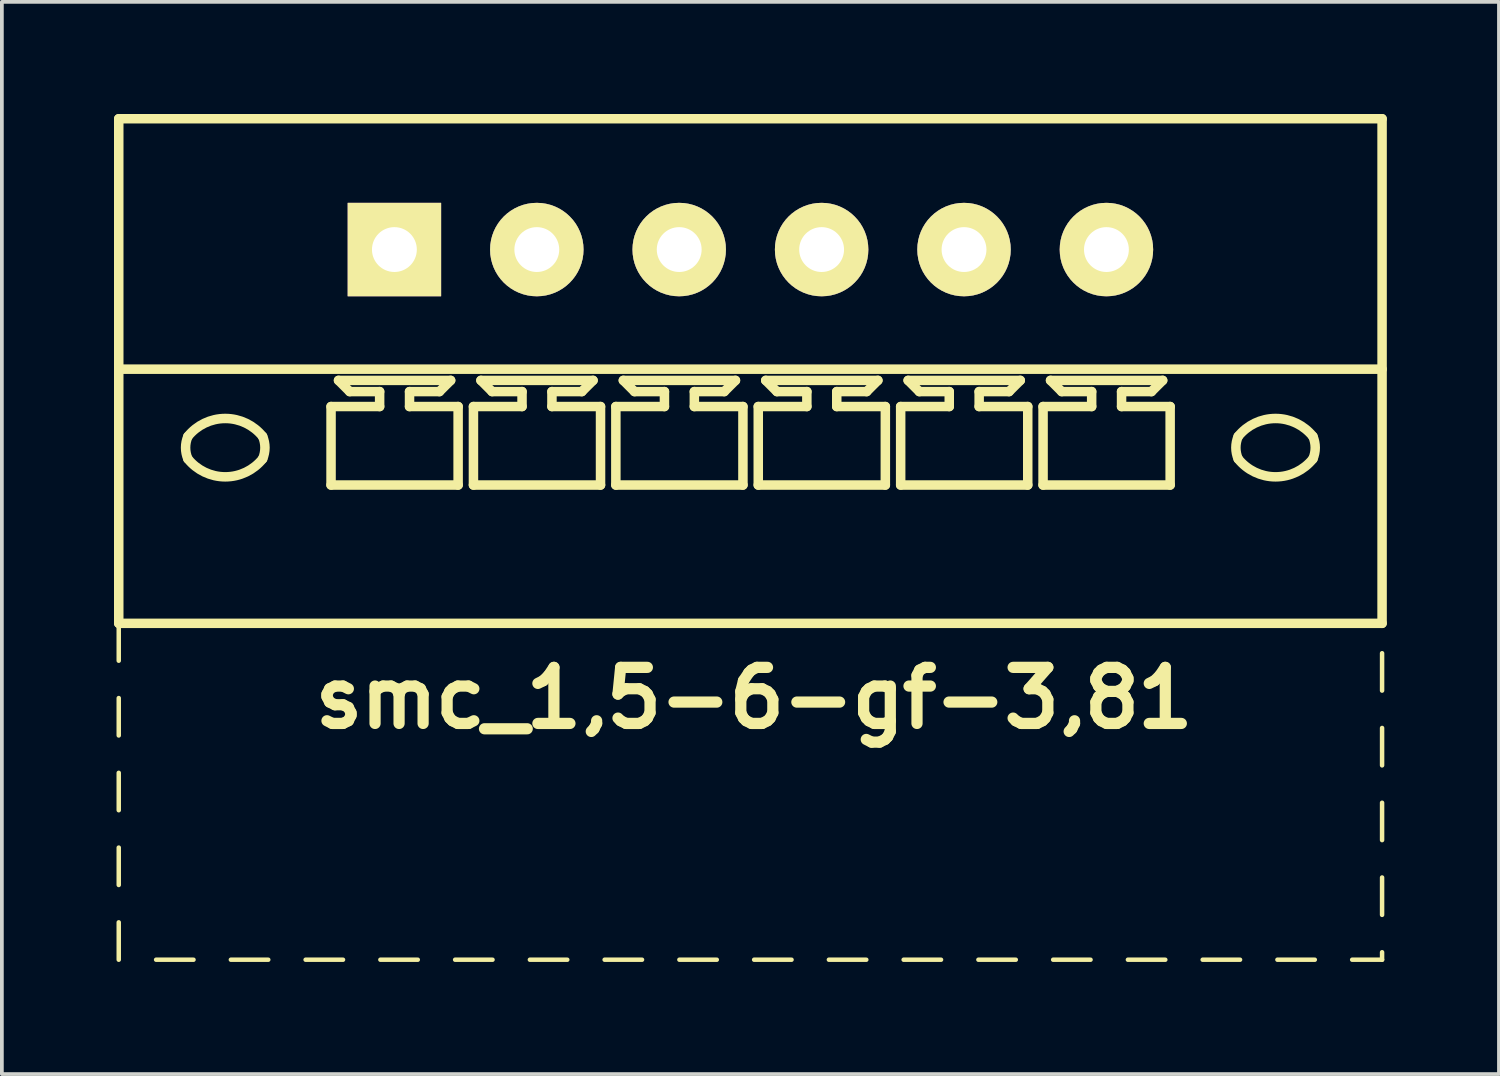
<source format=kicad_pcb>
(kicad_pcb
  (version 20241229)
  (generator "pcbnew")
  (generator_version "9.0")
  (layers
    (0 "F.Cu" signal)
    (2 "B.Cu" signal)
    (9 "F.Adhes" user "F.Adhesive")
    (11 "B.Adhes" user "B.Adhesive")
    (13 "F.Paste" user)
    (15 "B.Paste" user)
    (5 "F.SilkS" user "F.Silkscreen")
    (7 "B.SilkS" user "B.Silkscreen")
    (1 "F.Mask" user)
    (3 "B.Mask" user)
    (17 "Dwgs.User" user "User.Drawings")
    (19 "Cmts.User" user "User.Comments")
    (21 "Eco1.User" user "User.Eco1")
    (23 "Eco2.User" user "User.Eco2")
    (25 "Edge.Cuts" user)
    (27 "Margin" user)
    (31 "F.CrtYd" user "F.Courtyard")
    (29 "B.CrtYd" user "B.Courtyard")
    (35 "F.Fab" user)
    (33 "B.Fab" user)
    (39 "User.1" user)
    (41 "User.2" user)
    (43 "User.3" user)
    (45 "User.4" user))
  (footprint "smc_1,5-6-gf-3,81"
    (layer "F.Cu")
    (at 17.027 3.627)
    (property "Reference" "smc_1,5-6-gf-3,81" (at 0.1 12 0) (layer "F.SilkS") (effects (font (size 1.5 1.5) (thickness 0.3))))
    (attr through_hole)
    (fp_line (start -16.9 -3.5) (end -16.9 10) (stroke (width 0.254) (type solid)) (layer "F.SilkS"))
    (fp_line (start -16.9 -3.5) (end 16.9 -3.5) (stroke (width 0.254) (type solid)) (layer "F.SilkS"))
    (fp_line (start -16.9 3.2) (end 16.9 3.2) (stroke (width 0.254) (type solid)) (layer "F.SilkS"))
    (fp_line (start -16.9 10) (end -16.9 11) (stroke (width 0.12) (type solid)) (layer "F.SilkS"))
    (fp_line (start -16.9 10) (end 16.9 10) (stroke (width 0.254) (type solid)) (layer "F.SilkS"))
    (fp_line (start -16.9 12) (end -16.9 13) (stroke (width 0.12) (type solid)) (layer "F.SilkS"))
    (fp_line (start -16.9 14) (end -16.9 15) (stroke (width 0.12) (type solid)) (layer "F.SilkS"))
    (fp_line (start -16.9 16) (end -16.9 17) (stroke (width 0.12) (type solid)) (layer "F.SilkS"))
    (fp_line (start -16.9 18) (end -16.9 19) (stroke (width 0.12) (type solid)) (layer "F.SilkS"))
    (fp_line (start -15.9 19) (end -14.9 19) (stroke (width 0.12) (type solid)) (layer "F.SilkS"))
    (fp_line (start -13.9 19) (end -12.9 19) (stroke (width 0.12) (type solid)) (layer "F.SilkS"))
    (fp_line (start -11.9 19) (end -10.9 19) (stroke (width 0.12) (type solid)) (layer "F.SilkS"))
    (fp_line (start -11.22 4.2) (end -9.92 4.2) (stroke (width 0.254) (type solid)) (layer "F.SilkS"))
    (fp_line (start -11.22 6.3) (end -11.22 4.2) (stroke (width 0.254) (type solid)) (layer "F.SilkS"))
    (fp_line (start -11.02 3.5) (end -8.02 3.5) (stroke (width 0.254) (type solid)) (layer "F.SilkS"))
    (fp_line (start -10.72 3.8) (end -11.02 3.5) (stroke (width 0.254) (type solid)) (layer "F.SilkS"))
    (fp_line (start -9.92 3.8) (end -10.72 3.8) (stroke (width 0.254) (type solid)) (layer "F.SilkS"))
    (fp_line (start -9.92 4.2) (end -9.92 3.8) (stroke (width 0.254) (type solid)) (layer "F.SilkS"))
    (fp_line (start -9.9 19) (end -8.9 19) (stroke (width 0.12) (type solid)) (layer "F.SilkS"))
    (fp_line (start -9.12 3.8) (end -9.12 4.2) (stroke (width 0.254) (type solid)) (layer "F.SilkS"))
    (fp_line (start -9.12 4.2) (end -7.82 4.2) (stroke (width 0.254) (type solid)) (layer "F.SilkS"))
    (fp_line (start -8.32 3.8) (end -9.12 3.8) (stroke (width 0.254) (type solid)) (layer "F.SilkS"))
    (fp_line (start -8.32 3.8) (end -8.02 3.5) (stroke (width 0.254) (type solid)) (layer "F.SilkS"))
    (fp_line (start -7.9 19) (end -6.9 19) (stroke (width 0.12) (type solid)) (layer "F.SilkS"))
    (fp_line (start -7.82 4.2) (end -7.82 6.3) (stroke (width 0.254) (type solid)) (layer "F.SilkS"))
    (fp_line (start -7.82 6.3) (end -11.22 6.3) (stroke (width 0.254) (type solid)) (layer "F.SilkS"))
    (fp_line (start -7.41 4.2) (end -6.11 4.2) (stroke (width 0.254) (type solid)) (layer "F.SilkS"))
    (fp_line (start -7.41 6.3) (end -7.41 4.2) (stroke (width 0.254) (type solid)) (layer "F.SilkS"))
    (fp_line (start -7.21 3.5) (end -4.21 3.5) (stroke (width 0.254) (type solid)) (layer "F.SilkS"))
    (fp_line (start -6.91 3.8) (end -7.21 3.5) (stroke (width 0.254) (type solid)) (layer "F.SilkS"))
    (fp_line (start -6.11 3.8) (end -6.91 3.8) (stroke (width 0.254) (type solid)) (layer "F.SilkS"))
    (fp_line (start -6.11 4.2) (end -6.11 3.8) (stroke (width 0.254) (type solid)) (layer "F.SilkS"))
    (fp_line (start -5.9 19) (end -4.9 19) (stroke (width 0.12) (type solid)) (layer "F.SilkS"))
    (fp_line (start -5.31 3.8) (end -5.31 4.2) (stroke (width 0.254) (type solid)) (layer "F.SilkS"))
    (fp_line (start -5.31 4.2) (end -4.01 4.2) (stroke (width 0.254) (type solid)) (layer "F.SilkS"))
    (fp_line (start -4.51 3.8) (end -5.31 3.8) (stroke (width 0.254) (type solid)) (layer "F.SilkS"))
    (fp_line (start -4.51 3.8) (end -4.21 3.5) (stroke (width 0.254) (type solid)) (layer "F.SilkS"))
    (fp_line (start -4.01 4.2) (end -4.01 6.3) (stroke (width 0.254) (type solid)) (layer "F.SilkS"))
    (fp_line (start -4.01 6.3) (end -7.41 6.3) (stroke (width 0.254) (type solid)) (layer "F.SilkS"))
    (fp_line (start -3.9 19) (end -2.9 19) (stroke (width 0.12) (type solid)) (layer "F.SilkS"))
    (fp_line (start -3.6 4.2) (end -2.3 4.2) (stroke (width 0.254) (type solid)) (layer "F.SilkS"))
    (fp_line (start -3.6 6.3) (end -3.6 4.2) (stroke (width 0.254) (type solid)) (layer "F.SilkS"))
    (fp_line (start -3.4 3.5) (end -0.4 3.5) (stroke (width 0.254) (type solid)) (layer "F.SilkS"))
    (fp_line (start -3.1 3.8) (end -3.4 3.5) (stroke (width 0.254) (type solid)) (layer "F.SilkS"))
    (fp_line (start -2.3 3.8) (end -3.1 3.8) (stroke (width 0.254) (type solid)) (layer "F.SilkS"))
    (fp_line (start -2.3 4.2) (end -2.3 3.8) (stroke (width 0.254) (type solid)) (layer "F.SilkS"))
    (fp_line (start -1.9 19) (end -0.9 19) (stroke (width 0.12) (type solid)) (layer "F.SilkS"))
    (fp_line (start -1.5 3.8) (end -1.5 4.2) (stroke (width 0.254) (type solid)) (layer "F.SilkS"))
    (fp_line (start -1.5 4.2) (end -0.2 4.2) (stroke (width 0.254) (type solid)) (layer "F.SilkS"))
    (fp_line (start -0.7 3.8) (end -1.5 3.8) (stroke (width 0.254) (type solid)) (layer "F.SilkS"))
    (fp_line (start -0.7 3.8) (end -0.4 3.5) (stroke (width 0.254) (type solid)) (layer "F.SilkS"))
    (fp_line (start -0.2 4.2) (end -0.2 6.3) (stroke (width 0.254) (type solid)) (layer "F.SilkS"))
    (fp_line (start -0.2 6.3) (end -3.6 6.3) (stroke (width 0.254) (type solid)) (layer "F.SilkS"))
    (fp_line (start 0.1 19) (end 1.1 19) (stroke (width 0.12) (type solid)) (layer "F.SilkS"))
    (fp_line (start 0.21 4.2) (end 1.51 4.2) (stroke (width 0.254) (type solid)) (layer "F.SilkS"))
    (fp_line (start 0.21 6.3) (end 0.21 4.2) (stroke (width 0.254) (type solid)) (layer "F.SilkS"))
    (fp_line (start 0.41 3.5) (end 3.41 3.5) (stroke (width 0.254) (type solid)) (layer "F.SilkS"))
    (fp_line (start 0.71 3.8) (end 0.41 3.5) (stroke (width 0.254) (type solid)) (layer "F.SilkS"))
    (fp_line (start 1.51 3.8) (end 0.71 3.8) (stroke (width 0.254) (type solid)) (layer "F.SilkS"))
    (fp_line (start 1.51 4.2) (end 1.51 3.8) (stroke (width 0.254) (type solid)) (layer "F.SilkS"))
    (fp_line (start 2.1 19) (end 3.1 19) (stroke (width 0.12) (type solid)) (layer "F.SilkS"))
    (fp_line (start 2.31 3.8) (end 2.31 4.2) (stroke (width 0.254) (type solid)) (layer "F.SilkS"))
    (fp_line (start 2.31 4.2) (end 3.61 4.2) (stroke (width 0.254) (type solid)) (layer "F.SilkS"))
    (fp_line (start 3.11 3.8) (end 2.31 3.8) (stroke (width 0.254) (type solid)) (layer "F.SilkS"))
    (fp_line (start 3.11 3.8) (end 3.41 3.5) (stroke (width 0.254) (type solid)) (layer "F.SilkS"))
    (fp_line (start 3.61 4.2) (end 3.61 6.3) (stroke (width 0.254) (type solid)) (layer "F.SilkS"))
    (fp_line (start 3.61 6.3) (end 0.21 6.3) (stroke (width 0.254) (type solid)) (layer "F.SilkS"))
    (fp_line (start 4.02 4.2) (end 5.32 4.2) (stroke (width 0.254) (type solid)) (layer "F.SilkS"))
    (fp_line (start 4.02 6.3) (end 4.02 4.2) (stroke (width 0.254) (type solid)) (layer "F.SilkS"))
    (fp_line (start 4.1 19) (end 5.1 19) (stroke (width 0.12) (type solid)) (layer "F.SilkS"))
    (fp_line (start 4.22 3.5) (end 7.22 3.5) (stroke (width 0.254) (type solid)) (layer "F.SilkS"))
    (fp_line (start 4.52 3.8) (end 4.22 3.5) (stroke (width 0.254) (type solid)) (layer "F.SilkS"))
    (fp_line (start 5.32 3.8) (end 4.52 3.8) (stroke (width 0.254) (type solid)) (layer "F.SilkS"))
    (fp_line (start 5.32 4.2) (end 5.32 3.8) (stroke (width 0.254) (type solid)) (layer "F.SilkS"))
    (fp_line (start 6.1 19) (end 7.1 19) (stroke (width 0.12) (type solid)) (layer "F.SilkS"))
    (fp_line (start 6.12 3.8) (end 6.12 4.2) (stroke (width 0.254) (type solid)) (layer "F.SilkS"))
    (fp_line (start 6.12 4.2) (end 7.42 4.2) (stroke (width 0.254) (type solid)) (layer "F.SilkS"))
    (fp_line (start 6.92 3.8) (end 6.12 3.8) (stroke (width 0.254) (type solid)) (layer "F.SilkS"))
    (fp_line (start 6.92 3.8) (end 7.22 3.5) (stroke (width 0.254) (type solid)) (layer "F.SilkS"))
    (fp_line (start 7.42 4.2) (end 7.42 6.3) (stroke (width 0.254) (type solid)) (layer "F.SilkS"))
    (fp_line (start 7.42 6.3) (end 4.02 6.3) (stroke (width 0.254) (type solid)) (layer "F.SilkS"))
    (fp_line (start 7.83 4.2) (end 9.13 4.2) (stroke (width 0.254) (type solid)) (layer "F.SilkS"))
    (fp_line (start 7.83 6.3) (end 7.83 4.2) (stroke (width 0.254) (type solid)) (layer "F.SilkS"))
    (fp_line (start 8.03 3.5) (end 11.03 3.5) (stroke (width 0.254) (type solid)) (layer "F.SilkS"))
    (fp_line (start 8.1 19) (end 9.1 19) (stroke (width 0.12) (type solid)) (layer "F.SilkS"))
    (fp_line (start 8.33 3.8) (end 8.03 3.5) (stroke (width 0.254) (type solid)) (layer "F.SilkS"))
    (fp_line (start 9.13 3.8) (end 8.33 3.8) (stroke (width 0.254) (type solid)) (layer "F.SilkS"))
    (fp_line (start 9.13 4.2) (end 9.13 3.8) (stroke (width 0.254) (type solid)) (layer "F.SilkS"))
    (fp_line (start 9.93 3.8) (end 9.93 4.2) (stroke (width 0.254) (type solid)) (layer "F.SilkS"))
    (fp_line (start 9.93 4.2) (end 11.23 4.2) (stroke (width 0.254) (type solid)) (layer "F.SilkS"))
    (fp_line (start 10.1 19) (end 11.1 19) (stroke (width 0.12) (type solid)) (layer "F.SilkS"))
    (fp_line (start 10.73 3.8) (end 9.93 3.8) (stroke (width 0.254) (type solid)) (layer "F.SilkS"))
    (fp_line (start 10.73 3.8) (end 11.03 3.5) (stroke (width 0.254) (type solid)) (layer "F.SilkS"))
    (fp_line (start 11.23 4.2) (end 11.23 6.3) (stroke (width 0.254) (type solid)) (layer "F.SilkS"))
    (fp_line (start 11.23 6.3) (end 7.83 6.3) (stroke (width 0.254) (type solid)) (layer "F.SilkS"))
    (fp_line (start 12.1 19) (end 13.1 19) (stroke (width 0.12) (type solid)) (layer "F.SilkS"))
    (fp_line (start 14.1 19) (end 15.1 19) (stroke (width 0.12) (type solid)) (layer "F.SilkS"))
    (fp_line (start 16.1 19) (end 16.9 19) (stroke (width 0.12) (type solid)) (layer "F.SilkS"))
    (fp_line (start 16.9 -3.5) (end 16.9 10) (stroke (width 0.254) (type solid)) (layer "F.SilkS"))
    (fp_line (start 16.9 11.8) (end 16.9 10.8) (stroke (width 0.12) (type solid)) (layer "F.SilkS"))
    (fp_line (start 16.9 13.8) (end 16.9 12.8) (stroke (width 0.12) (type solid)) (layer "F.SilkS"))
    (fp_line (start 16.9 15.8) (end 16.9 14.8) (stroke (width 0.12) (type solid)) (layer "F.SilkS"))
    (fp_line (start 16.9 16.8) (end 16.9 17.8) (stroke (width 0.12) (type solid)) (layer "F.SilkS"))
    (fp_line (start 16.9 18.8) (end 16.9 19) (stroke (width 0.12) (type solid)) (layer "F.SilkS"))
    (fp_arc (start -15.050274 5.000342) (mid -14.050219 4.519375) (end -13.05 5) (stroke (width 0.254) (type solid)) (layer "F.SilkS"))
    (fp_arc (start -15.049985 5.600034) (mid -15.111577 5.300019) (end -15.05 5) (stroke (width 0.254) (type solid)) (layer "F.SilkS"))
    (fp_arc (start -13.050015 4.999966) (mid -12.988423 5.299981) (end -13.05 5.6) (stroke (width 0.254) (type solid)) (layer "F.SilkS"))
    (fp_arc (start -13.049726 5.599658) (mid -14.049781 6.080625) (end -15.05 5.6) (stroke (width 0.254) (type solid)) (layer "F.SilkS"))
    (fp_arc (start 13.049726 5.000342) (mid 14.049781 4.519375) (end 15.05 5) (stroke (width 0.254) (type solid)) (layer "F.SilkS"))
    (fp_arc (start 13.050015 5.600034) (mid 12.988423 5.300019) (end 13.05 5) (stroke (width 0.254) (type solid)) (layer "F.SilkS"))
    (fp_arc (start 15.049985 4.999966) (mid 15.111577 5.299981) (end 15.05 5.6) (stroke (width 0.254) (type solid)) (layer "F.SilkS"))
    (fp_arc (start 15.050274 5.599658) (mid 14.050219 6.080625) (end 13.05 5.6) (stroke (width 0.254) (type solid)) (layer "F.SilkS"))
    (pad "1" thru_hole rect (at -9.525 0) (size 2.5 2.5) (drill 1.2) (layers "*.Cu" "*.Mask" "F.SilkS"))
    (pad "2" thru_hole circle (at -5.715 0) (size 2.5 2.5) (drill 1.2) (layers "*.Cu" "*.Mask" "F.SilkS"))
    (pad "3" thru_hole circle (at -1.905 0) (size 2.5 2.5) (drill 1.2) (layers "*.Cu" "*.Mask" "F.SilkS"))
    (pad "4" thru_hole circle (at 1.905 0) (size 2.5 2.5) (drill 1.2) (layers "*.Cu" "*.Mask" "F.SilkS"))
    (pad "5" thru_hole circle (at 5.715 0) (size 2.5 2.5) (drill 1.2) (layers "*.Cu" "*.Mask" "F.SilkS"))
    (pad "6" thru_hole circle (at 9.525 0) (size 2.5 2.5) (drill 1.2) (layers "*.Cu" "*.Mask" "F.SilkS")))
  (gr_rect
    (start -3 -3)
    (end 37.054 25.687)
    (stroke (width 0.1) (type default))
    (fill no)
    (layer "Edge.Cuts")))
</source>
